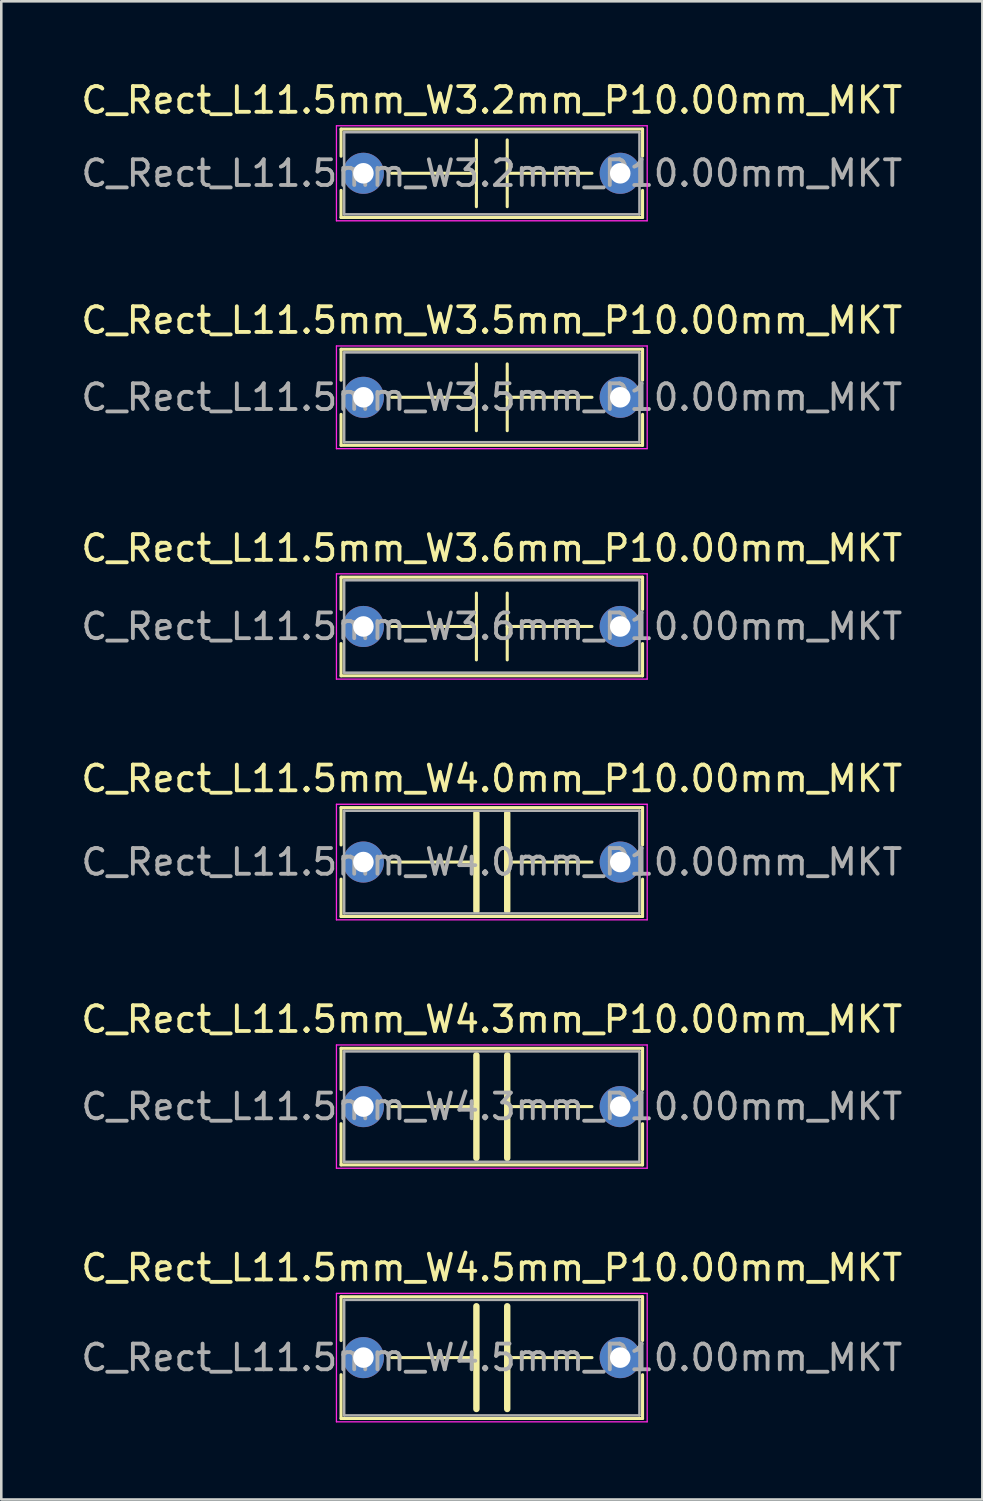
<source format=kicad_pcb>
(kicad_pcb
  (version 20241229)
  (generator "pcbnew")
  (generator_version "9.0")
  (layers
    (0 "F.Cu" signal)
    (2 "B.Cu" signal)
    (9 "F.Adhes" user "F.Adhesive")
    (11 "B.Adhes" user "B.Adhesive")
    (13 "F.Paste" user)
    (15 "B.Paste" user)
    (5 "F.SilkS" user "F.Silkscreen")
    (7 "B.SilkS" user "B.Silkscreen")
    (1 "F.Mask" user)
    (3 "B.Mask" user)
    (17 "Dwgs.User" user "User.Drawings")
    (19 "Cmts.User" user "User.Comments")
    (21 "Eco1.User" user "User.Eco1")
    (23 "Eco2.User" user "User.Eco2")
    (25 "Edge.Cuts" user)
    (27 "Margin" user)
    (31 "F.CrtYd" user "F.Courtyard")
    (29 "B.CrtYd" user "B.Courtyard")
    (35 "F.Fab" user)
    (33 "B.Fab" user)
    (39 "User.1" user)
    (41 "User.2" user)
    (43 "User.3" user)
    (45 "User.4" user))
  (footprint "C_Rect_L11.5mm_W3.2mm_P10.00mm_MKT"
    (layer "F.Cu")
    (at 11.101 3.698)
    (property "Reference" "C_Rect_L11.5mm_W3.2mm_P10.00mm_MKT" (at 5 -2.85 0) (layer "F.SilkS") (effects (font (size 1 1) (thickness 0.15))))
    (attr through_hole)
    (fp_line (start -0.87 -1.721) (end -0.87 -0.665) (stroke (width 0.12) (type solid)) (layer "F.SilkS"))
    (fp_line (start -0.87 -1.721) (end 10.87 -1.721) (stroke (width 0.12) (type solid)) (layer "F.SilkS"))
    (fp_line (start -0.87 0.665) (end -0.87 1.721) (stroke (width 0.12) (type solid)) (layer "F.SilkS"))
    (fp_line (start -0.87 1.721) (end 10.87 1.721) (stroke (width 0.12) (type solid)) (layer "F.SilkS"))
    (fp_line (start 1.1 0) (end 4.4 0) (stroke (width 0.12) (type solid)) (layer "F.SilkS"))
    (fp_line (start 4.4 1.3) (end 4.4 -1.3) (stroke (width 0.12) (type solid)) (layer "F.SilkS"))
    (fp_line (start 5.6 1.3) (end 5.6 -1.3) (stroke (width 0.12) (type solid)) (layer "F.SilkS"))
    (fp_line (start 8.9 0) (end 5.6 0) (stroke (width 0.12) (type solid)) (layer "F.SilkS"))
    (fp_line (start 10.87 -1.721) (end 10.87 -0.665) (stroke (width 0.12) (type solid)) (layer "F.SilkS"))
    (fp_line (start 10.87 0.665) (end 10.87 1.721) (stroke (width 0.12) (type solid)) (layer "F.SilkS"))
    (fp_line (start -1.05 -1.85) (end -1.05 1.85) (stroke (width 0.05) (type solid)) (layer "F.CrtYd"))
    (fp_line (start -1.05 1.85) (end 11.05 1.85) (stroke (width 0.05) (type solid)) (layer "F.CrtYd"))
    (fp_line (start 11.05 -1.85) (end -1.05 -1.85) (stroke (width 0.05) (type solid)) (layer "F.CrtYd"))
    (fp_line (start 11.05 1.85) (end 11.05 -1.85) (stroke (width 0.05) (type solid)) (layer "F.CrtYd"))
    (fp_line (start -0.75 -1.6) (end -0.75 1.6) (stroke (width 0.1) (type solid)) (layer "F.Fab"))
    (fp_line (start -0.75 1.6) (end 10.75 1.6) (stroke (width 0.1) (type solid)) (layer "F.Fab"))
    (fp_line (start 10.75 -1.6) (end -0.75 -1.6) (stroke (width 0.1) (type solid)) (layer "F.Fab"))
    (fp_line (start 10.75 1.6) (end 10.75 -1.6) (stroke (width 0.1) (type solid)) (layer "F.Fab"))
    (fp_text user "${REFERENCE}" (at 5 0 0) (layer "F.Fab") (effects (font (size 1 1) (thickness 0.15))))
    (pad "1" thru_hole circle (at 0 0) (size 1.6 1.6) (drill 0.8) (layers "*.Cu" "*.Mask"))
    (pad "2" thru_hole circle (at 10 0) (size 1.6 1.6) (drill 0.8) (layers "*.Cu" "*.Mask")))
  (footprint "C_Rect_L11.5mm_W3.5mm_P10.00mm_MKT"
    (layer "F.Cu")
    (at 11.101 12.421)
    (property "Reference" "C_Rect_L11.5mm_W3.5mm_P10.00mm_MKT" (at 5 -3 0) (layer "F.SilkS") (effects (font (size 1 1) (thickness 0.15))))
    (attr through_hole)
    (fp_line (start -0.87 -1.87) (end -0.87 -0.665) (stroke (width 0.12) (type solid)) (layer "F.SilkS"))
    (fp_line (start -0.87 -1.87) (end 10.87 -1.87) (stroke (width 0.12) (type solid)) (layer "F.SilkS"))
    (fp_line (start -0.87 0.665) (end -0.87 1.87) (stroke (width 0.12) (type solid)) (layer "F.SilkS"))
    (fp_line (start -0.87 1.87) (end 10.87 1.87) (stroke (width 0.12) (type solid)) (layer "F.SilkS"))
    (fp_line (start 1.1 0) (end 4.4 0) (stroke (width 0.12) (type solid)) (layer "F.SilkS"))
    (fp_line (start 4.4 1.3) (end 4.4 -1.3) (stroke (width 0.12) (type solid)) (layer "F.SilkS"))
    (fp_line (start 5.6 1.3) (end 5.6 -1.3) (stroke (width 0.12) (type solid)) (layer "F.SilkS"))
    (fp_line (start 8.9 0) (end 5.6 0) (stroke (width 0.12) (type solid)) (layer "F.SilkS"))
    (fp_line (start 10.87 -1.87) (end 10.87 -0.665) (stroke (width 0.12) (type solid)) (layer "F.SilkS"))
    (fp_line (start 10.87 0.665) (end 10.87 1.87) (stroke (width 0.12) (type solid)) (layer "F.SilkS"))
    (fp_line (start -1.05 -2) (end -1.05 2) (stroke (width 0.05) (type solid)) (layer "F.CrtYd"))
    (fp_line (start -1.05 2) (end 11.05 2) (stroke (width 0.05) (type solid)) (layer "F.CrtYd"))
    (fp_line (start 11.05 -2) (end -1.05 -2) (stroke (width 0.05) (type solid)) (layer "F.CrtYd"))
    (fp_line (start 11.05 2) (end 11.05 -2) (stroke (width 0.05) (type solid)) (layer "F.CrtYd"))
    (fp_line (start -0.75 -1.75) (end -0.75 1.75) (stroke (width 0.1) (type solid)) (layer "F.Fab"))
    (fp_line (start -0.75 1.75) (end 10.75 1.75) (stroke (width 0.1) (type solid)) (layer "F.Fab"))
    (fp_line (start 10.75 -1.75) (end -0.75 -1.75) (stroke (width 0.1) (type solid)) (layer "F.Fab"))
    (fp_line (start 10.75 1.75) (end 10.75 -1.75) (stroke (width 0.1) (type solid)) (layer "F.Fab"))
    (fp_text user "${REFERENCE}" (at 5 0 0) (layer "F.Fab") (effects (font (size 1 1) (thickness 0.15))))
    (pad "1" thru_hole circle (at 0 0) (size 1.6 1.6) (drill 0.8) (layers "*.Cu" "*.Mask"))
    (pad "2" thru_hole circle (at 10 0) (size 1.6 1.6) (drill 0.8) (layers "*.Cu" "*.Mask")))
  (footprint "C_Rect_L11.5mm_W3.6mm_P10.00mm_MKT"
    (layer "F.Cu")
    (at 11.101 21.345)
    (property "Reference" "C_Rect_L11.5mm_W3.6mm_P10.00mm_MKT" (at 5 -3.05 0) (layer "F.SilkS") (effects (font (size 1 1) (thickness 0.15))))
    (attr through_hole)
    (fp_line (start -0.87 -1.92) (end -0.87 -0.665) (stroke (width 0.12) (type solid)) (layer "F.SilkS"))
    (fp_line (start -0.87 -1.92) (end 10.87 -1.92) (stroke (width 0.12) (type solid)) (layer "F.SilkS"))
    (fp_line (start -0.87 0.665) (end -0.87 1.92) (stroke (width 0.12) (type solid)) (layer "F.SilkS"))
    (fp_line (start -0.87 1.92) (end 10.87 1.92) (stroke (width 0.12) (type solid)) (layer "F.SilkS"))
    (fp_line (start 1.1 0) (end 4.4 0) (stroke (width 0.12) (type solid)) (layer "F.SilkS"))
    (fp_line (start 4.4 1.3) (end 4.4 -1.3) (stroke (width 0.12) (type solid)) (layer "F.SilkS"))
    (fp_line (start 5.6 1.3) (end 5.6 -1.3) (stroke (width 0.12) (type solid)) (layer "F.SilkS"))
    (fp_line (start 8.9 0) (end 5.6 0) (stroke (width 0.12) (type solid)) (layer "F.SilkS"))
    (fp_line (start 10.87 -1.92) (end 10.87 -0.665) (stroke (width 0.12) (type solid)) (layer "F.SilkS"))
    (fp_line (start 10.87 0.665) (end 10.87 1.92) (stroke (width 0.12) (type solid)) (layer "F.SilkS"))
    (fp_line (start -1.05 -2.05) (end -1.05 2.05) (stroke (width 0.05) (type solid)) (layer "F.CrtYd"))
    (fp_line (start -1.05 2.05) (end 11.05 2.05) (stroke (width 0.05) (type solid)) (layer "F.CrtYd"))
    (fp_line (start 11.05 -2.05) (end -1.05 -2.05) (stroke (width 0.05) (type solid)) (layer "F.CrtYd"))
    (fp_line (start 11.05 2.05) (end 11.05 -2.05) (stroke (width 0.05) (type solid)) (layer "F.CrtYd"))
    (fp_line (start -0.75 -1.8) (end -0.75 1.8) (stroke (width 0.1) (type solid)) (layer "F.Fab"))
    (fp_line (start -0.75 1.8) (end 10.75 1.8) (stroke (width 0.1) (type solid)) (layer "F.Fab"))
    (fp_line (start 10.75 -1.8) (end -0.75 -1.8) (stroke (width 0.1) (type solid)) (layer "F.Fab"))
    (fp_line (start 10.75 1.8) (end 10.75 -1.8) (stroke (width 0.1) (type solid)) (layer "F.Fab"))
    (fp_text user "${REFERENCE}" (at 5 0 0) (layer "F.Fab") (effects (font (size 1 1) (thickness 0.15))))
    (pad "1" thru_hole circle (at 0 0) (size 1.6 1.6) (drill 0.8) (layers "*.Cu" "*.Mask"))
    (pad "2" thru_hole circle (at 10 0) (size 1.6 1.6) (drill 0.8) (layers "*.Cu" "*.Mask")))
  (footprint "C_Rect_L11.5mm_W4.3mm_P10.00mm_MKT"
    (layer "F.Cu")
    (at 11.101 40.041)
    (property "Reference" "C_Rect_L11.5mm_W4.3mm_P10.00mm_MKT" (at 5 -3.4 0) (layer "F.SilkS") (effects (font (size 1 1) (thickness 0.15))))
    (attr through_hole)
    (fp_line (start -0.87 -2.27) (end -0.87 -0.665) (stroke (width 0.12) (type solid)) (layer "F.SilkS"))
    (fp_line (start -0.87 -2.27) (end 10.87 -2.27) (stroke (width 0.12) (type solid)) (layer "F.SilkS"))
    (fp_line (start -0.87 0.665) (end -0.87 2.27) (stroke (width 0.12) (type solid)) (layer "F.SilkS"))
    (fp_line (start -0.87 2.27) (end 10.87 2.27) (stroke (width 0.12) (type solid)) (layer "F.SilkS"))
    (fp_line (start 1.1 0) (end 4.4 0) (stroke (width 0.12) (type solid)) (layer "F.SilkS"))
    (fp_line (start 4.4 2) (end 4.4 -2) (stroke (width 0.25) (type solid)) (layer "F.SilkS"))
    (fp_line (start 5.6 2) (end 5.6 -2) (stroke (width 0.25) (type solid)) (layer "F.SilkS"))
    (fp_line (start 8.9 0) (end 5.6 0) (stroke (width 0.12) (type solid)) (layer "F.SilkS"))
    (fp_line (start 10.87 -2.27) (end 10.87 -0.665) (stroke (width 0.12) (type solid)) (layer "F.SilkS"))
    (fp_line (start 10.87 0.665) (end 10.87 2.27) (stroke (width 0.12) (type solid)) (layer "F.SilkS"))
    (fp_line (start -1.05 -2.4) (end -1.05 2.4) (stroke (width 0.05) (type solid)) (layer "F.CrtYd"))
    (fp_line (start -1.05 2.4) (end 11.05 2.4) (stroke (width 0.05) (type solid)) (layer "F.CrtYd"))
    (fp_line (start 11.05 -2.4) (end -1.05 -2.4) (stroke (width 0.05) (type solid)) (layer "F.CrtYd"))
    (fp_line (start 11.05 2.4) (end 11.05 -2.4) (stroke (width 0.05) (type solid)) (layer "F.CrtYd"))
    (fp_line (start -0.75 -2.15) (end -0.75 2.15) (stroke (width 0.1) (type solid)) (layer "F.Fab"))
    (fp_line (start -0.75 2.15) (end 10.75 2.15) (stroke (width 0.1) (type solid)) (layer "F.Fab"))
    (fp_line (start 10.75 -2.15) (end -0.75 -2.15) (stroke (width 0.1) (type solid)) (layer "F.Fab"))
    (fp_line (start 10.75 2.15) (end 10.75 -2.15) (stroke (width 0.1) (type solid)) (layer "F.Fab"))
    (fp_text user "${REFERENCE}" (at 5 0 0) (layer "F.Fab") (effects (font (size 1 1) (thickness 0.15))))
    (pad "1" thru_hole circle (at 0 0) (size 1.6 1.6) (drill 0.8) (layers "*.Cu" "*.Mask"))
    (pad "2" thru_hole circle (at 10 0) (size 1.6 1.6) (drill 0.8) (layers "*.Cu" "*.Mask")))
  (footprint "C_Rect_L11.5mm_W4.5mm_P10.00mm_MKT"
    (layer "F.Cu")
    (at 11.101 49.815)
    (property "Reference" "C_Rect_L11.5mm_W4.5mm_P10.00mm_MKT" (at 5 -3.5 0) (layer "F.SilkS") (effects (font (size 1 1) (thickness 0.15))))
    (attr through_hole)
    (fp_line (start -0.87 -2.37) (end -0.87 -0.665) (stroke (width 0.12) (type solid)) (layer "F.SilkS"))
    (fp_line (start -0.87 -2.37) (end 10.87 -2.37) (stroke (width 0.12) (type solid)) (layer "F.SilkS"))
    (fp_line (start -0.87 0.665) (end -0.87 2.37) (stroke (width 0.12) (type solid)) (layer "F.SilkS"))
    (fp_line (start -0.87 2.37) (end 10.87 2.37) (stroke (width 0.12) (type solid)) (layer "F.SilkS"))
    (fp_line (start 1.1 0) (end 4.4 0) (stroke (width 0.12) (type solid)) (layer "F.SilkS"))
    (fp_line (start 4.4 2) (end 4.4 -2) (stroke (width 0.25) (type solid)) (layer "F.SilkS"))
    (fp_line (start 5.6 2) (end 5.6 -2) (stroke (width 0.25) (type solid)) (layer "F.SilkS"))
    (fp_line (start 8.9 0) (end 5.6 0) (stroke (width 0.12) (type solid)) (layer "F.SilkS"))
    (fp_line (start 10.87 -2.37) (end 10.87 -0.665) (stroke (width 0.12) (type solid)) (layer "F.SilkS"))
    (fp_line (start 10.87 0.665) (end 10.87 2.37) (stroke (width 0.12) (type solid)) (layer "F.SilkS"))
    (fp_line (start -1.05 -2.5) (end -1.05 2.5) (stroke (width 0.05) (type solid)) (layer "F.CrtYd"))
    (fp_line (start -1.05 2.5) (end 11.05 2.5) (stroke (width 0.05) (type solid)) (layer "F.CrtYd"))
    (fp_line (start 11.05 -2.5) (end -1.05 -2.5) (stroke (width 0.05) (type solid)) (layer "F.CrtYd"))
    (fp_line (start 11.05 2.5) (end 11.05 -2.5) (stroke (width 0.05) (type solid)) (layer "F.CrtYd"))
    (fp_line (start -0.75 -2.25) (end -0.75 2.25) (stroke (width 0.1) (type solid)) (layer "F.Fab"))
    (fp_line (start -0.75 2.25) (end 10.75 2.25) (stroke (width 0.1) (type solid)) (layer "F.Fab"))
    (fp_line (start 10.75 -2.25) (end -0.75 -2.25) (stroke (width 0.1) (type solid)) (layer "F.Fab"))
    (fp_line (start 10.75 2.25) (end 10.75 -2.25) (stroke (width 0.1) (type solid)) (layer "F.Fab"))
    (fp_text user "${REFERENCE}" (at 5 0 0) (layer "F.Fab") (effects (font (size 1 1) (thickness 0.15))))
    (pad "1" thru_hole circle (at 0 0) (size 1.6 1.6) (drill 0.8) (layers "*.Cu" "*.Mask"))
    (pad "2" thru_hole circle (at 10 0) (size 1.6 1.6) (drill 0.8) (layers "*.Cu" "*.Mask")))
  (footprint "C_Rect_L11.5mm_W4.0mm_P10.00mm_MKT"
    (layer "F.Cu")
    (at 11.101 30.518)
    (property "Reference" "C_Rect_L11.5mm_W4.0mm_P10.00mm_MKT" (at 5 -3.25 0) (layer "F.SilkS") (effects (font (size 1 1) (thickness 0.15))))
    (attr through_hole)
    (fp_line (start -0.87 -2.12) (end -0.87 -0.665) (stroke (width 0.12) (type solid)) (layer "F.SilkS"))
    (fp_line (start -0.87 -2.12) (end 10.87 -2.12) (stroke (width 0.12) (type solid)) (layer "F.SilkS"))
    (fp_line (start -0.87 0.665) (end -0.87 2.12) (stroke (width 0.12) (type solid)) (layer "F.SilkS"))
    (fp_line (start -0.87 2.12) (end 10.87 2.12) (stroke (width 0.12) (type solid)) (layer "F.SilkS"))
    (fp_line (start 1.1 0) (end 4.4 0) (stroke (width 0.12) (type solid)) (layer "F.SilkS"))
    (fp_line (start 4.4 1.9) (end 4.4 -1.9) (stroke (width 0.25) (type solid)) (layer "F.SilkS"))
    (fp_line (start 5.6 1.9) (end 5.6 -1.9) (stroke (width 0.25) (type solid)) (layer "F.SilkS"))
    (fp_line (start 8.9 0) (end 5.6 0) (stroke (width 0.12) (type solid)) (layer "F.SilkS"))
    (fp_line (start 10.87 -2.12) (end 10.87 -0.665) (stroke (width 0.12) (type solid)) (layer "F.SilkS"))
    (fp_line (start 10.87 0.665) (end 10.87 2.12) (stroke (width 0.12) (type solid)) (layer "F.SilkS"))
    (fp_line (start -1.05 -2.25) (end -1.05 2.25) (stroke (width 0.05) (type solid)) (layer "F.CrtYd"))
    (fp_line (start -1.05 2.25) (end 11.05 2.25) (stroke (width 0.05) (type solid)) (layer "F.CrtYd"))
    (fp_line (start 11.05 -2.25) (end -1.05 -2.25) (stroke (width 0.05) (type solid)) (layer "F.CrtYd"))
    (fp_line (start 11.05 2.25) (end 11.05 -2.25) (stroke (width 0.05) (type solid)) (layer "F.CrtYd"))
    (fp_line (start -0.75 -2) (end -0.75 2) (stroke (width 0.1) (type solid)) (layer "F.Fab"))
    (fp_line (start -0.75 2) (end 10.75 2) (stroke (width 0.1) (type solid)) (layer "F.Fab"))
    (fp_line (start 10.75 -2) (end -0.75 -2) (stroke (width 0.1) (type solid)) (layer "F.Fab"))
    (fp_line (start 10.75 2) (end 10.75 -2) (stroke (width 0.1) (type solid)) (layer "F.Fab"))
    (fp_text user "${REFERENCE}" (at 5 0 0) (layer "F.Fab") (effects (font (size 1 1) (thickness 0.15))))
    (pad "1" thru_hole circle (at 0 0) (size 1.6 1.6) (drill 0.8) (layers "*.Cu" "*.Mask"))
    (pad "2" thru_hole circle (at 10 0) (size 1.6 1.6) (drill 0.8) (layers "*.Cu" "*.Mask")))
  (gr_rect
    (start -3 -3)
    (end 35.202 55.34)
    (stroke (width 0.1) (type default))
    (fill no)
    (layer "Edge.Cuts")))
</source>
